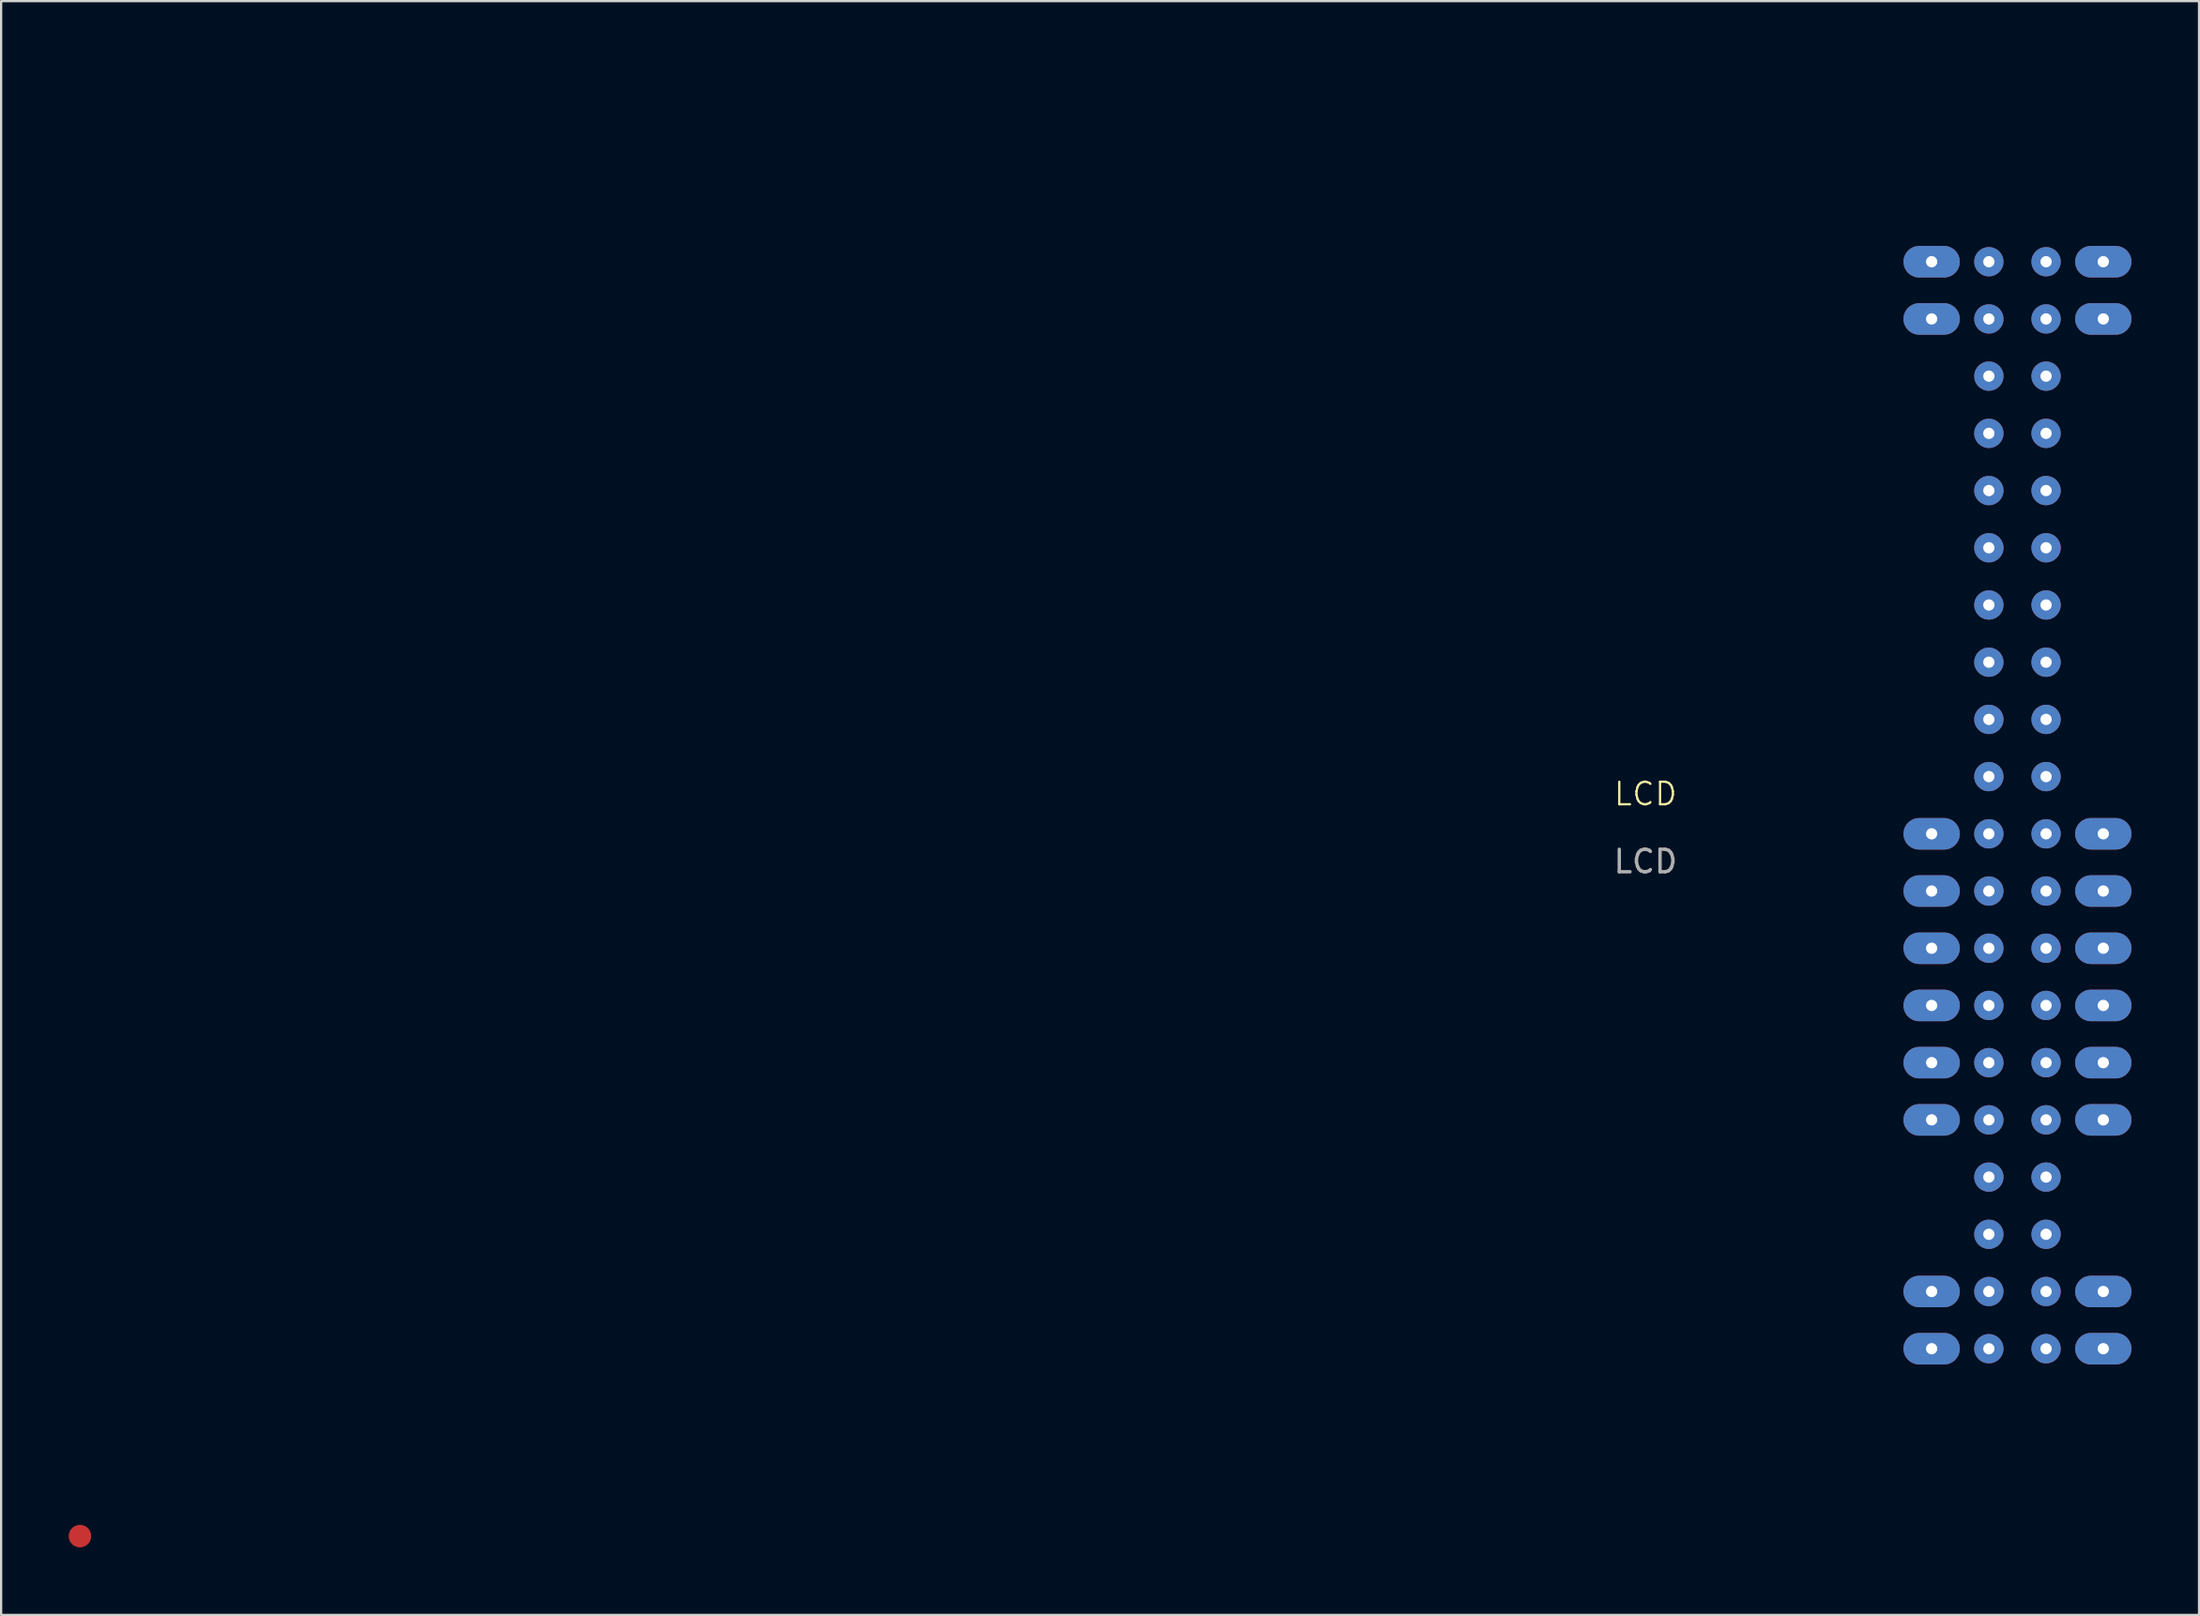
<source format=kicad_pcb>
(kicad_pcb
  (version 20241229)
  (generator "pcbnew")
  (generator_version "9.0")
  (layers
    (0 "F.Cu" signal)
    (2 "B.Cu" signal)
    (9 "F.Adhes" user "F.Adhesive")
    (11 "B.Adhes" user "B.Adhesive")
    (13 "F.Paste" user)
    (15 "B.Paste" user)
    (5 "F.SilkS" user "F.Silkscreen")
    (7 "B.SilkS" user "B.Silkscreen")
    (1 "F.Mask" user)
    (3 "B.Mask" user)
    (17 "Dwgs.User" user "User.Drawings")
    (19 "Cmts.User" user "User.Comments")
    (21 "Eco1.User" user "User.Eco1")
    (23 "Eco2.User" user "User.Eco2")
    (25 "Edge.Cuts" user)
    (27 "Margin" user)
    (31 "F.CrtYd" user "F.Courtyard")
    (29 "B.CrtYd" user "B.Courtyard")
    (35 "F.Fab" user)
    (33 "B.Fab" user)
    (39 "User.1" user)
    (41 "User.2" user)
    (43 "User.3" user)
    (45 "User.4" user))
  (footprint "LCD"
    (layer "F.Cu")
    (at 0.5 0.25)
    (property "Reference" "LCD" (at 69.5 31.95 0) (unlocked yes) (layer "F.SilkS") (effects (font (size 1 1) (thickness 0.1))))
    (attr smd)
    (fp_rect (start 0 0) (end 89.4 64.9) (stroke (width 0.1) (type default)) (fill no) (layer "User.1"))
    (fp_rect (start 2.19 3.875) (end 82.2 61.66) (stroke (width 0.1) (type dash)) (fill no) (layer "User.1"))
    (fp_text user "${REFERENCE}" (at 69.5 34.95 0) (unlocked yes) (layer "F.Fab") (effects (font (size 1 1) (thickness 0.15))))
    (pad "" thru_hole oval (at 84.74 8.32) (size 1.3 1.3) (drill 0.5) (layers "*.Cu" "*.Mask"))
    (pad "" thru_hole oval (at 84.74 10.86) (size 1.3 1.3) (drill 0.5) (layers "*.Cu" "*.Mask"))
    (pad "" thru_hole oval (at 84.74 13.4) (size 1.3 1.3) (drill 0.5) (layers "*.Cu" "*.Mask"))
    (pad "" thru_hole oval (at 84.74 15.94) (size 1.3 1.3) (drill 0.5) (layers "*.Cu" "*.Mask"))
    (pad "" thru_hole oval (at 84.74 18.48) (size 1.3 1.3) (drill 0.5) (layers "*.Cu" "*.Mask"))
    (pad "" thru_hole oval (at 84.74 21.02) (size 1.3 1.3) (drill 0.5) (layers "*.Cu" "*.Mask"))
    (pad "" thru_hole oval (at 84.74 23.56) (size 1.3 1.3) (drill 0.5) (layers "*.Cu" "*.Mask"))
    (pad "" thru_hole oval (at 84.74 26.1) (size 1.3 1.3) (drill 0.5) (layers "*.Cu" "*.Mask"))
    (pad "" thru_hole oval (at 84.74 28.64) (size 1.3 1.3) (drill 0.5) (layers "*.Cu" "*.Mask"))
    (pad "" thru_hole oval (at 84.74 31.18) (size 1.3 1.3) (drill 0.5) (layers "*.Cu" "*.Mask"))
    (pad "" thru_hole oval (at 84.74 33.72) (size 1.3 1.3) (drill 0.5) (layers "*.Cu" "*.Mask"))
    (pad "" thru_hole oval (at 84.74 36.26) (size 1.3 1.3) (drill 0.5) (layers "*.Cu" "*.Mask"))
    (pad "" thru_hole oval (at 84.74 38.8) (size 1.3 1.3) (drill 0.5) (layers "*.Cu" "*.Mask"))
    (pad "" thru_hole oval (at 84.74 41.34) (size 1.3 1.3) (drill 0.5) (layers "*.Cu" "*.Mask"))
    (pad "" thru_hole oval (at 84.74 43.88) (size 1.3 1.3) (drill 0.5) (layers "*.Cu" "*.Mask"))
    (pad "" thru_hole oval (at 84.74 46.42) (size 1.3 1.3) (drill 0.5) (layers "*.Cu" "*.Mask"))
    (pad "" thru_hole oval (at 84.74 48.96) (size 1.3 1.3) (drill 0.5) (layers "*.Cu" "*.Mask"))
    (pad "" thru_hole oval (at 84.74 51.5) (size 1.3 1.3) (drill 0.5) (layers "*.Cu" "*.Mask"))
    (pad "" thru_hole oval (at 84.74 54.04) (size 1.3 1.3) (drill 0.5) (layers "*.Cu" "*.Mask"))
    (pad "" thru_hole oval (at 84.74 56.58) (size 1.3 1.3) (drill 0.5) (layers "*.Cu" "*.Mask"))
    (pad "" thru_hole oval (at 87.28 8.32) (size 1.3 1.3) (drill 0.5) (layers "*.Cu" "*.Mask"))
    (pad "" thru_hole oval (at 87.28 10.86) (size 1.3 1.3) (drill 0.5) (layers "*.Cu" "*.Mask"))
    (pad "" thru_hole oval (at 87.28 13.4) (size 1.3 1.3) (drill 0.5) (layers "*.Cu" "*.Mask"))
    (pad "" thru_hole oval (at 87.28 15.94) (size 1.3 1.3) (drill 0.5) (layers "*.Cu" "*.Mask"))
    (pad "" thru_hole oval (at 87.28 18.48) (size 1.3 1.3) (drill 0.5) (layers "*.Cu" "*.Mask"))
    (pad "" thru_hole oval (at 87.28 21.02) (size 1.3 1.3) (drill 0.5) (layers "*.Cu" "*.Mask"))
    (pad "" thru_hole oval (at 87.28 23.56) (size 1.3 1.3) (drill 0.5) (layers "*.Cu" "*.Mask"))
    (pad "" thru_hole oval (at 87.28 26.1) (size 1.3 1.3) (drill 0.5) (layers "*.Cu" "*.Mask"))
    (pad "" thru_hole oval (at 87.28 28.64) (size 1.3 1.3) (drill 0.5) (layers "*.Cu" "*.Mask"))
    (pad "" thru_hole oval (at 87.28 31.18) (size 1.3 1.3) (drill 0.5) (layers "*.Cu" "*.Mask"))
    (pad "" thru_hole oval (at 87.28 33.72) (size 1.3 1.3) (drill 0.5) (layers "*.Cu" "*.Mask"))
    (pad "" thru_hole oval (at 87.28 36.26) (size 1.3 1.3) (drill 0.5) (layers "*.Cu" "*.Mask"))
    (pad "" thru_hole oval (at 87.28 38.8) (size 1.3 1.3) (drill 0.5) (layers "*.Cu" "*.Mask"))
    (pad "" thru_hole oval (at 87.28 41.34) (size 1.3 1.3) (drill 0.5) (layers "*.Cu" "*.Mask"))
    (pad "" thru_hole oval (at 87.28 43.88) (size 1.3 1.3) (drill 0.5) (layers "*.Cu" "*.Mask"))
    (pad "" thru_hole oval (at 87.28 46.42) (size 1.3 1.3) (drill 0.5) (layers "*.Cu" "*.Mask"))
    (pad "" thru_hole oval (at 87.28 48.96) (size 1.3 1.3) (drill 0.5) (layers "*.Cu" "*.Mask"))
    (pad "" thru_hole oval (at 87.28 51.5) (size 1.3 1.3) (drill 0.5) (layers "*.Cu" "*.Mask"))
    (pad "" thru_hole oval (at 87.28 54.04) (size 1.3 1.3) (drill 0.5) (layers "*.Cu" "*.Mask"))
    (pad "" thru_hole oval (at 87.28 56.58) (size 1.3 1.3) (drill 0.5) (layers "*.Cu" "*.Mask"))
    (pad "1" thru_hole oval (at 89.82 8.32) (size 2.5 1.4) (drill 0.5) (layers "*.Cu" "*.Mask"))
    (pad "2" thru_hole oval (at 82.2 8.32) (size 2.5 1.4) (drill 0.5) (layers "*.Cu" "*.Mask"))
    (pad "3" thru_hole oval (at 89.82 10.86) (size 2.5 1.4) (drill 0.5) (layers "*.Cu" "*.Mask"))
    (pad "4" thru_hole oval (at 82.2 10.86) (size 2.5 1.4) (drill 0.5) (layers "*.Cu" "*.Mask"))
    (pad "5" smd circle (at 0 64.9) (size 1 1) (layers "F.Cu" "F.Mask" "F.Paste"))
    (pad "21" thru_hole oval (at 89.82 33.72) (size 2.5 1.4) (drill 0.5) (layers "*.Cu" "*.Mask"))
    (pad "22" thru_hole oval (at 82.2 33.72) (size 2.5 1.4) (drill 0.5) (layers "*.Cu" "*.Mask"))
    (pad "23" thru_hole oval (at 89.82 36.26) (size 2.5 1.4) (drill 0.5) (layers "*.Cu" "*.Mask"))
    (pad "24" thru_hole oval (at 82.2 36.26) (size 2.5 1.4) (drill 0.5) (layers "*.Cu" "*.Mask"))
    (pad "25" thru_hole oval (at 89.82 38.8) (size 2.5 1.4) (drill 0.5) (layers "*.Cu" "*.Mask"))
    (pad "26" thru_hole oval (at 82.2 38.8) (size 2.5 1.4) (drill 0.5) (layers "*.Cu" "*.Mask"))
    (pad "27" thru_hole oval (at 89.82 41.34) (size 2.5 1.4) (drill 0.5) (layers "*.Cu" "*.Mask"))
    (pad "28" thru_hole oval (at 82.2 41.34) (size 2.5 1.4) (drill 0.5) (layers "*.Cu" "*.Mask"))
    (pad "29" thru_hole oval (at 89.82 43.88) (size 2.5 1.4) (drill 0.5) (layers "*.Cu" "*.Mask"))
    (pad "30" thru_hole oval (at 82.2 43.88) (size 2.5 1.4) (drill 0.5) (layers "*.Cu" "*.Mask"))
    (pad "31" thru_hole oval (at 89.82 46.42) (size 2.5 1.4) (drill 0.5) (layers "*.Cu" "*.Mask"))
    (pad "32" thru_hole oval (at 82.2 46.42) (size 2.5 1.4) (drill 0.5) (layers "*.Cu" "*.Mask"))
    (pad "37" thru_hole oval (at 89.82 54.04) (size 2.5 1.4) (drill 0.5) (layers "*.Cu" "*.Mask"))
    (pad "38" thru_hole oval (at 82.2 54.04) (size 2.5 1.4) (drill 0.5) (layers "*.Cu" "*.Mask"))
    (pad "39" thru_hole oval (at 89.82 56.58) (size 2.5 1.4) (drill 0.5) (layers "*.Cu" "*.Mask"))
    (pad "40" thru_hole oval (at 82.2 56.58) (size 2.5 1.4) (drill 0.5) (layers "*.Cu" "*.Mask")))
  (gr_rect
    (start -3 -3)
    (end 94.57 68.65)
    (stroke (width 0.1) (type default))
    (fill no)
    (layer "Edge.Cuts")))
</source>
